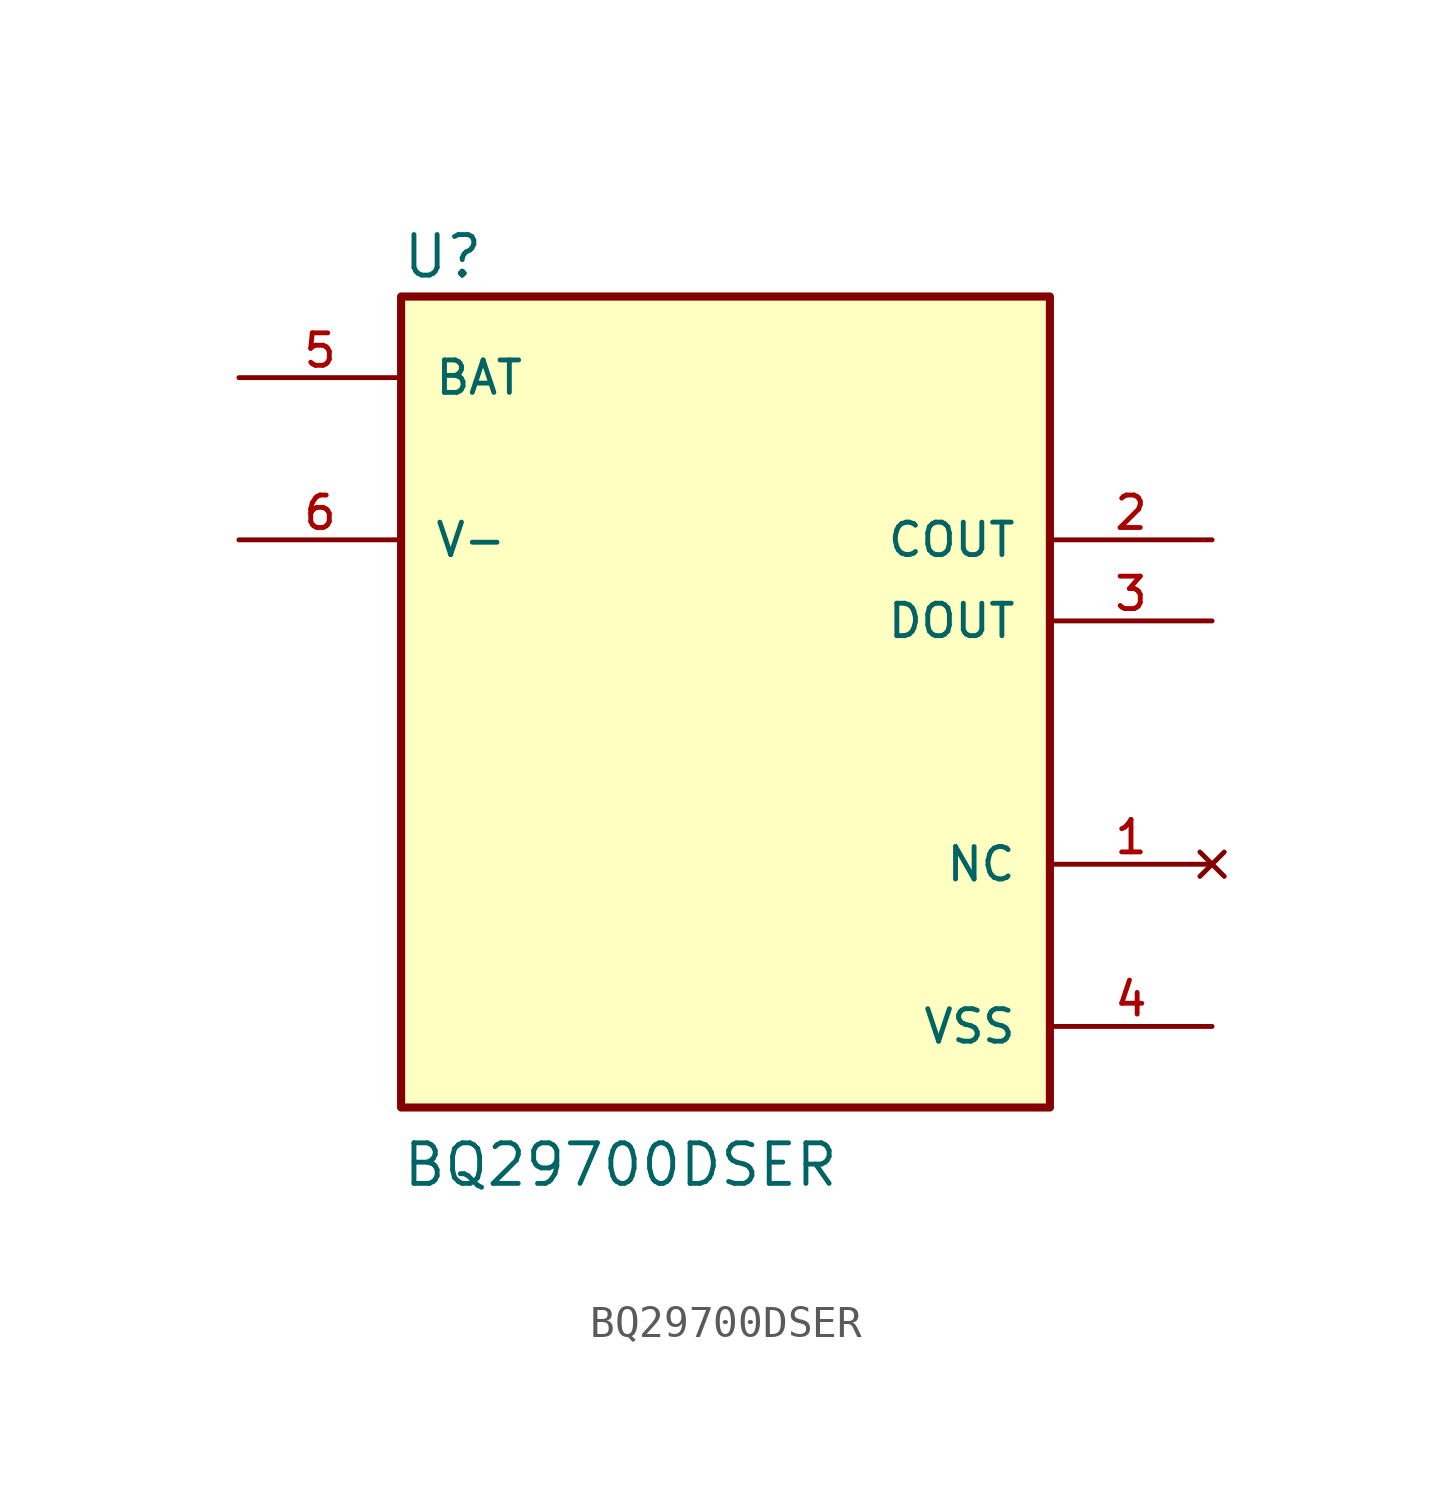
<source format=kicad_sym>
(kicad_symbol_lib
  (version 20241209)
  (generator "kicad_symbol_editor")
  (generator_version "9.0")
  (symbol "BQ29700DSER"
    (pin_names
      (offset 1.016))
    (property "Reference" "U"
      (at -10.16 13.208 0)
      (effects (font (size 1.27 1.27)) (justify left bottom)))
    (property "Value" "BQ29700DSER"
      (at -10.16 -15.24 0)
      (effects (font (size 1.27 1.27)) (justify left bottom)))
    (symbol "BQ29700DSER_0_0"
      (rectangle (start -10.16 -12.7) (end 10.16 12.7) (stroke (width 0.254) (type default)) (fill (type background)))
      (pin power_in line (at -15.24 10.16 0) (length 5.08) (name "BAT" (effects (font (size 1.016 1.016)))) (number "5" (effects (font (size 1.016 1.016)))))
      (pin bidirectional line (at -15.24 5.08 0) (length 5.08) (name "V-" (effects (font (size 1.016 1.016)))) (number "6" (effects (font (size 1.016 1.016)))))
      (pin output line (at 15.24 5.08 180) (length 5.08) (name "COUT" (effects (font (size 1.016 1.016)))) (number "2" (effects (font (size 1.016 1.016)))))
      (pin output line (at 15.24 2.54 180) (length 5.08) (name "DOUT" (effects (font (size 1.016 1.016)))) (number "3" (effects (font (size 1.016 1.016)))))
      (pin no_connect line (at 15.24 -5.08 180) (length 5.08) (name "NC" (effects (font (size 1.016 1.016)))) (number "1" (effects (font (size 1.016 1.016)))))
      (pin power_in line (at 15.24 -10.16 180) (length 5.08) (name "VSS" (effects (font (size 1.016 1.016)))) (number "4" (effects (font (size 1.016 1.016))))))))
</source>
